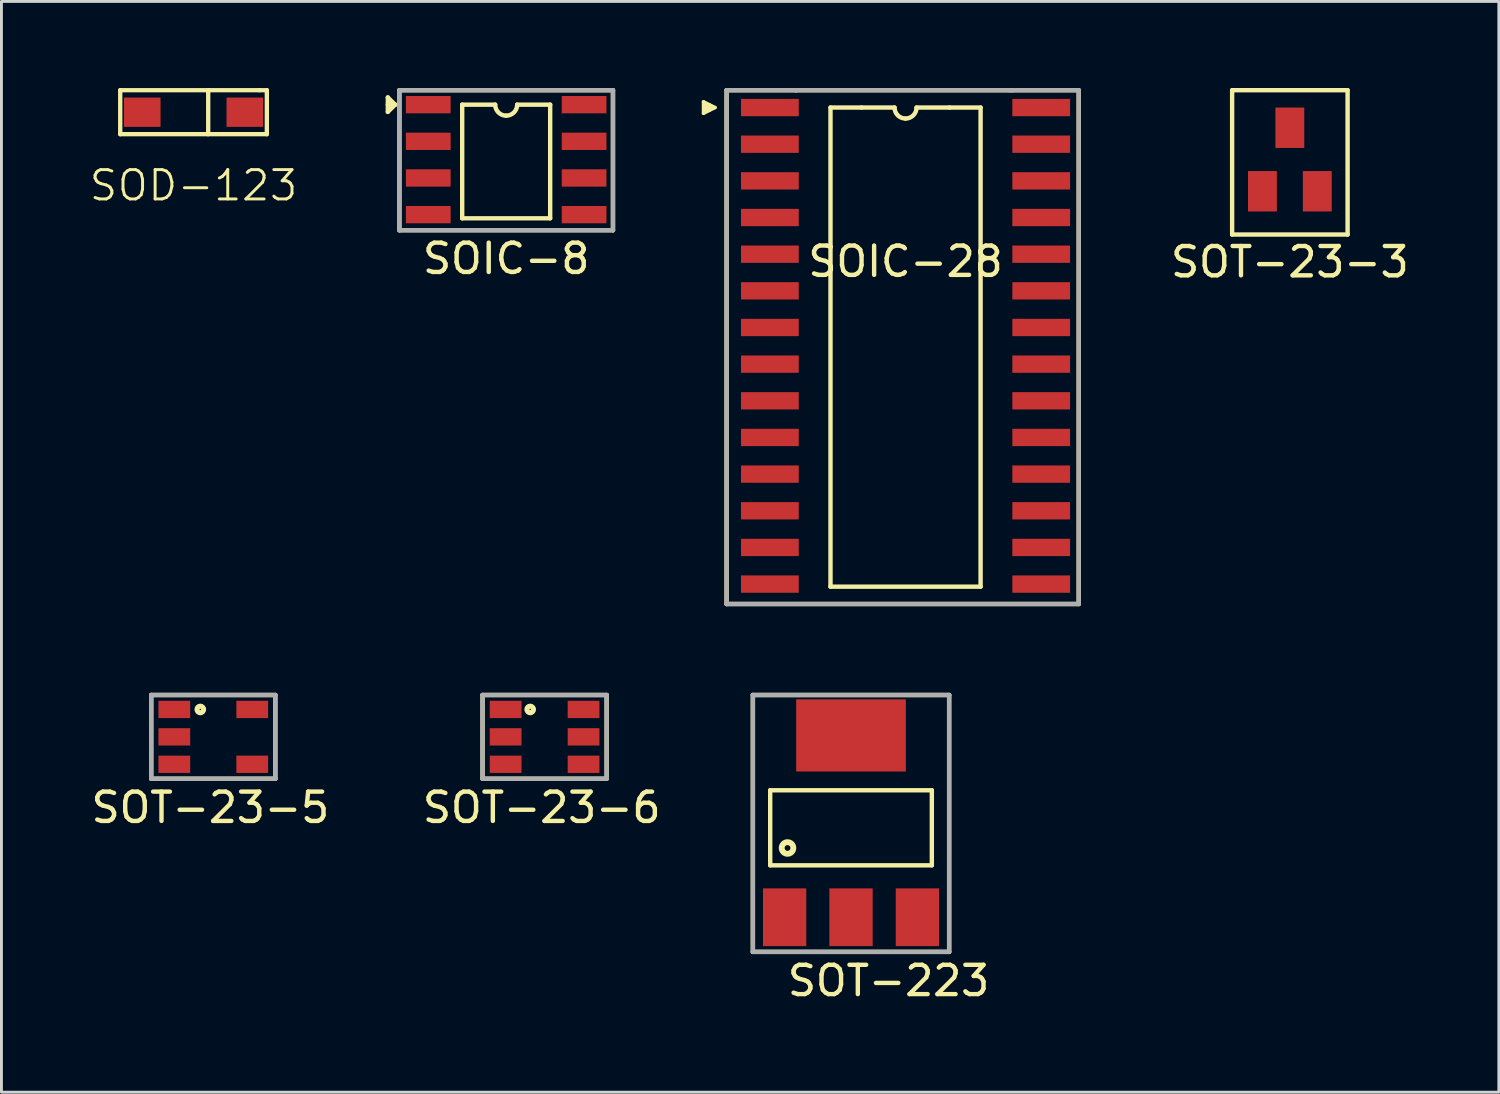
<source format=kicad_pcb>
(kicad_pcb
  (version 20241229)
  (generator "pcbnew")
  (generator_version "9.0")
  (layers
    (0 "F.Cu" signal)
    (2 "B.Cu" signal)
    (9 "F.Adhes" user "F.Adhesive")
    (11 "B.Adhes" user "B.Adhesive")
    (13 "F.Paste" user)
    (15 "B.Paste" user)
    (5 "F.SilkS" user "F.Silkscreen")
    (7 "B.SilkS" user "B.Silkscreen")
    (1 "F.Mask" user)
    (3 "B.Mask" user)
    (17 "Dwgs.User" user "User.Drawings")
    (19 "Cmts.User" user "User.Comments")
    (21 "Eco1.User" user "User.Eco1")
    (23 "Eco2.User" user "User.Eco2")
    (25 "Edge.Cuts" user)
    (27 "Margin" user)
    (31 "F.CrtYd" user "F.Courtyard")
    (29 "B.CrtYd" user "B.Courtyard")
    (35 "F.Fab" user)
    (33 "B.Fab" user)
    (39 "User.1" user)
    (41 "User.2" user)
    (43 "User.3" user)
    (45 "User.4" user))
  (footprint "SOD-123"
    (layer "F.Cu")
    (at 3.655 0.837)
    (property "Reference" "SOD-123" (at 0 2.54 0) (layer "F.SilkS") (effects (font (size 1.016 1.016) (thickness 0.102))))
    (attr smd)
    (fp_line (start -2.54 -0.762) (end -2.54 0.762) (stroke (width 0.15) (type solid)) (layer "F.SilkS"))
    (fp_line (start -2.54 0.762) (end 2.54 0.762) (stroke (width 0.15) (type solid)) (layer "F.SilkS"))
    (fp_line (start 0.508 -0.762) (end 0.508 0.762) (stroke (width 0.15) (type solid)) (layer "F.SilkS"))
    (fp_line (start 2.286 -0.762) (end -2.54 -0.762) (stroke (width 0.15) (type solid)) (layer "F.SilkS"))
    (fp_line (start 2.54 -0.762) (end 2.286 -0.762) (stroke (width 0.15) (type solid)) (layer "F.SilkS"))
    (fp_line (start 2.54 0.762) (end 2.54 -0.762) (stroke (width 0.15) (type solid)) (layer "F.SilkS"))
    (pad "1" smd rect (at -1.778 0) (size 1.27 1.016) (layers "F.Cu" "F.Mask" "F.Paste"))
    (pad "2" smd rect (at 1.778 0) (size 1.27 1.016) (layers "F.Cu" "F.Mask" "F.Paste")))
  (footprint "SOIC-8"
    (layer "F.Cu")
    (at 14.487 0.576)
    (property "Reference" "SOIC-8" (at 0 5.334 0) (layer "F.SilkS") (effects (font (size 1.016 1.016) (thickness 0.152))))
    (attr smd)
    (fp_line (start -4.1 0) (end -3.85 0) (stroke (width 0.152) (type solid)) (layer "F.SilkS"))
    (fp_line (start -4.1 0.25) (end -4.1 -0.25) (stroke (width 0.152) (type solid)) (layer "F.SilkS"))
    (fp_line (start -3.85 0) (end -4.1 -0.25) (stroke (width 0.152) (type solid)) (layer "F.SilkS"))
    (fp_line (start -3.85 0) (end -4.1 0.25) (stroke (width 0.152) (type solid)) (layer "F.SilkS"))
    (fp_line (start -3.7 -0.5) (end 3.7 -0.5) (stroke (width 0.152) (type solid)) (layer "F.SilkS"))
    (fp_line (start -3.7 4.35) (end -3.7 -0.5) (stroke (width 0.152) (type solid)) (layer "F.SilkS"))
    (fp_line (start -1.524 0) (end -1.524 3.937) (stroke (width 0.152) (type solid)) (layer "F.SilkS"))
    (fp_line (start -1.524 3.937) (end 1.524 3.937) (stroke (width 0.152) (type solid)) (layer "F.SilkS"))
    (fp_line (start -0.381 0) (end -1.524 0) (stroke (width 0.152) (type solid)) (layer "F.SilkS"))
    (fp_line (start 0.381 0) (end 1.524 0) (stroke (width 0.152) (type solid)) (layer "F.SilkS"))
    (fp_line (start 1.524 3.937) (end 1.524 0) (stroke (width 0.152) (type solid)) (layer "F.SilkS"))
    (fp_line (start 3.7 -0.5) (end 3.7 4.35) (stroke (width 0.152) (type solid)) (layer "F.SilkS"))
    (fp_line (start 3.7 4.35) (end -3.7 4.35) (stroke (width 0.152) (type solid)) (layer "F.SilkS"))
    (fp_arc (start 0 0.381) (mid -0.269408 0.269408) (end -0.381 0) (stroke (width 0.1524) (type solid)) (layer "F.SilkS"))
    (fp_arc (start 0.381 0) (mid 0.269408 0.269408) (end 0 0.381) (stroke (width 0.1524) (type solid)) (layer "F.SilkS"))
    (fp_line (start -3.7 -0.5) (end 3.7 -0.5) (stroke (width 0.152) (type solid)) (layer "F.Fab"))
    (fp_line (start -3.7 4.35) (end -3.7 -0.5) (stroke (width 0.152) (type solid)) (layer "F.Fab"))
    (fp_line (start 3.7 -0.5) (end 3.7 4.35) (stroke (width 0.152) (type solid)) (layer "F.Fab"))
    (fp_line (start 3.7 4.35) (end -3.7 4.35) (stroke (width 0.152) (type solid)) (layer "F.Fab"))
    (pad "1" smd rect (at -2.7 0) (size 1.55 0.6) (layers "F.Cu" "F.Mask" "F.Paste"))
    (pad "2" smd rect (at -2.7 1.27) (size 1.55 0.6) (layers "F.Cu" "F.Mask" "F.Paste"))
    (pad "3" smd rect (at -2.7 2.54) (size 1.55 0.6) (layers "F.Cu" "F.Mask" "F.Paste"))
    (pad "4" smd rect (at -2.7 3.81) (size 1.55 0.6) (layers "F.Cu" "F.Mask" "F.Paste"))
    (pad "5" smd rect (at 2.7 3.81) (size 1.55 0.6) (layers "F.Cu" "F.Mask" "F.Paste"))
    (pad "6" smd rect (at 2.7 2.54) (size 1.55 0.6) (layers "F.Cu" "F.Mask" "F.Paste"))
    (pad "7" smd rect (at 2.7 1.27) (size 1.55 0.6) (layers "F.Cu" "F.Mask" "F.Paste"))
    (pad "8" smd rect (at 2.7 0) (size 1.55 0.6) (layers "F.Cu" "F.Mask" "F.Paste")))
  (footprint "SOIC-28"
    (layer "F.Cu")
    (at 28.323 0.676)
    (property "Reference" "SOIC-28" (at 0 5.334 0) (layer "F.SilkS") (effects (font (size 1.016 1.016) (thickness 0.152))))
    (attr smd)
    (fp_line (start -7 -0.2) (end -7 0.2) (stroke (width 0.12) (type solid)) (layer "F.SilkS"))
    (fp_line (start -7 0.2) (end -6.6 0) (stroke (width 0.12) (type solid)) (layer "F.SilkS"))
    (fp_line (start -6.9 -0.1) (end -6.9 0.1) (stroke (width 0.12) (type solid)) (layer "F.SilkS"))
    (fp_line (start -6.8 -0.1) (end -6.8 0.1) (stroke (width 0.12) (type solid)) (layer "F.SilkS"))
    (fp_line (start -6.7 0) (end -6.8 0) (stroke (width 0.12) (type solid)) (layer "F.SilkS"))
    (fp_line (start -6.6 0) (end -7 -0.2) (stroke (width 0.12) (type solid)) (layer "F.SilkS"))
    (fp_line (start -6.2 -0.6) (end -6.2 17.2) (stroke (width 0.152) (type solid)) (layer "F.SilkS"))
    (fp_line (start -6.2 17.2) (end 6 17.2) (stroke (width 0.152) (type solid)) (layer "F.SilkS"))
    (fp_line (start -3.8 -0.6) (end -6.2 -0.6) (stroke (width 0.152) (type solid)) (layer "F.SilkS"))
    (fp_line (start -3.8 -0.6) (end 3.7 -0.6) (stroke (width 0.152) (type solid)) (layer "F.SilkS"))
    (fp_line (start -2.6 0) (end -2.6 16.6) (stroke (width 0.152) (type solid)) (layer "F.SilkS"))
    (fp_line (start -1.524 0) (end -2.6 0) (stroke (width 0.152) (type solid)) (layer "F.SilkS"))
    (fp_line (start -0.381 0) (end -1.524 0) (stroke (width 0.152) (type solid)) (layer "F.SilkS"))
    (fp_line (start 0.381 0) (end 1.524 0) (stroke (width 0.152) (type solid)) (layer "F.SilkS"))
    (fp_line (start 1.524 0) (end 2.6 0) (stroke (width 0.152) (type solid)) (layer "F.SilkS"))
    (fp_line (start 2.6 0) (end 2.6 16.6) (stroke (width 0.152) (type solid)) (layer "F.SilkS"))
    (fp_line (start 2.6 16.6) (end -2.6 16.6) (stroke (width 0.152) (type solid)) (layer "F.SilkS"))
    (fp_line (start 6 -0.6) (end 3.7 -0.6) (stroke (width 0.152) (type solid)) (layer "F.SilkS"))
    (fp_line (start 6 17.2) (end 6 -0.6) (stroke (width 0.152) (type solid)) (layer "F.SilkS"))
    (fp_arc (start 0 0.381) (mid -0.269408 0.269408) (end -0.381 0) (stroke (width 0.1524) (type solid)) (layer "F.SilkS"))
    (fp_arc (start 0.381 0) (mid 0.269408 0.269408) (end 0 0.381) (stroke (width 0.1524) (type solid)) (layer "F.SilkS"))
    (fp_line (start -6.2 -0.6) (end -6.2 17.2) (stroke (width 0.152) (type solid)) (layer "F.Fab"))
    (fp_line (start -6.2 17.2) (end 6 17.2) (stroke (width 0.152) (type solid)) (layer "F.Fab"))
    (fp_line (start -3.8 -0.6) (end -6.2 -0.6) (stroke (width 0.152) (type solid)) (layer "F.Fab"))
    (fp_line (start -3.8 -0.6) (end 3.6 -0.6) (stroke (width 0.152) (type solid)) (layer "F.Fab"))
    (fp_line (start 6 -0.6) (end 3.6 -0.6) (stroke (width 0.152) (type solid)) (layer "F.Fab"))
    (fp_line (start 6 17.2) (end 6 -0.6) (stroke (width 0.152) (type solid)) (layer "F.Fab"))
    (pad "1" smd rect (at -4.7 0) (size 2 0.6) (layers "F.Cu" "F.Mask" "F.Paste"))
    (pad "2" smd rect (at -4.7 1.27) (size 2 0.6) (layers "F.Cu" "F.Mask" "F.Paste"))
    (pad "3" smd rect (at -4.7 2.54) (size 2 0.6) (layers "F.Cu" "F.Mask" "F.Paste"))
    (pad "4" smd rect (at -4.7 3.81) (size 2 0.6) (layers "F.Cu" "F.Mask" "F.Paste"))
    (pad "5" smd rect (at -4.7 5.08) (size 2 0.6) (layers "F.Cu" "F.Mask" "F.Paste"))
    (pad "6" smd rect (at -4.7 6.35) (size 2 0.6) (layers "F.Cu" "F.Mask" "F.Paste"))
    (pad "7" smd rect (at -4.7 7.62) (size 2 0.6) (layers "F.Cu" "F.Mask" "F.Paste"))
    (pad "8" smd rect (at -4.7 8.89) (size 2 0.6) (layers "F.Cu" "F.Mask" "F.Paste"))
    (pad "9" smd rect (at -4.7 10.16) (size 2 0.6) (layers "F.Cu" "F.Mask" "F.Paste"))
    (pad "10" smd rect (at -4.7 11.43) (size 2 0.6) (layers "F.Cu" "F.Mask" "F.Paste"))
    (pad "11" smd rect (at -4.7 12.7) (size 2 0.6) (layers "F.Cu" "F.Mask" "F.Paste"))
    (pad "12" smd rect (at -4.7 13.97) (size 2 0.6) (layers "F.Cu" "F.Mask" "F.Paste"))
    (pad "13" smd rect (at -4.7 15.24) (size 2 0.6) (layers "F.Cu" "F.Mask" "F.Paste"))
    (pad "14" smd rect (at -4.7 16.51) (size 2 0.6) (layers "F.Cu" "F.Mask" "F.Paste"))
    (pad "15" smd rect (at 4.7 16.51) (size 2 0.6) (layers "F.Cu" "F.Mask" "F.Paste"))
    (pad "16" smd rect (at 4.7 15.24) (size 2 0.6) (layers "F.Cu" "F.Mask" "F.Paste"))
    (pad "17" smd rect (at 4.7 13.97) (size 2 0.6) (layers "F.Cu" "F.Mask" "F.Paste"))
    (pad "18" smd rect (at 4.7 12.7) (size 2 0.6) (layers "F.Cu" "F.Mask" "F.Paste"))
    (pad "19" smd rect (at 4.7 11.43) (size 2 0.6) (layers "F.Cu" "F.Mask" "F.Paste"))
    (pad "20" smd rect (at 4.7 10.16) (size 2 0.6) (layers "F.Cu" "F.Mask" "F.Paste"))
    (pad "21" smd rect (at 4.7 8.89) (size 2 0.6) (layers "F.Cu" "F.Mask" "F.Paste"))
    (pad "22" smd rect (at 4.7 7.62) (size 2 0.6) (layers "F.Cu" "F.Mask" "F.Paste"))
    (pad "23" smd rect (at 4.7 6.35) (size 2 0.6) (layers "F.Cu" "F.Mask" "F.Paste"))
    (pad "24" smd rect (at 4.7 5.08) (size 2 0.6) (layers "F.Cu" "F.Mask" "F.Paste"))
    (pad "25" smd rect (at 4.7 3.81) (size 2 0.6) (layers "F.Cu" "F.Mask" "F.Paste"))
    (pad "26" smd rect (at 4.7 2.54) (size 2 0.6) (layers "F.Cu" "F.Mask" "F.Paste"))
    (pad "27" smd rect (at 4.7 1.27) (size 2 0.6) (layers "F.Cu" "F.Mask" "F.Paste"))
    (pad "28" smd rect (at 4.7 0) (size 2 0.6) (layers "F.Cu" "F.Mask" "F.Paste")))
  (footprint "SOT-23-3"
    (layer "F.Cu")
    (at 41.638 3.576)
    (property "Reference" "SOT-23-3" (at 0 2.45 0) (layer "F.SilkS") (effects (font (size 1.016 1.016) (thickness 0.152))))
    (attr through_hole)
    (fp_line (start -2 -3.5) (end 2 -3.5) (stroke (width 0.152) (type solid)) (layer "F.SilkS"))
    (fp_line (start -2 1.5) (end -2 -3.5) (stroke (width 0.152) (type solid)) (layer "F.SilkS"))
    (fp_line (start 2 -3.5) (end 2 1.5) (stroke (width 0.152) (type solid)) (layer "F.SilkS"))
    (fp_line (start 2 1.5) (end -2 1.5) (stroke (width 0.152) (type solid)) (layer "F.SilkS"))
    (pad "1" smd rect (at -0.95 0) (size 1 1.4) (layers "F.Cu" "F.Mask" "F.Paste"))
    (pad "2" smd rect (at 0.95 0) (size 1 1.4) (layers "F.Cu" "F.Mask" "F.Paste"))
    (pad "3" smd rect (at 0 -2.2) (size 1 1.4) (layers "F.Cu" "F.Mask" "F.Paste")))
  (footprint "SOT-223"
    (layer "F.Cu")
    (at 26.434 28.729)
    (property "Reference" "SOT-223" (at 1.3 2.2 0) (layer "F.SilkS") (effects (font (size 1.016 1.016) (thickness 0.152))))
    (attr through_hole)
    (fp_line (start -3.4 -7.7) (end 3.4 -7.7) (stroke (width 0.152) (type solid)) (layer "F.SilkS"))
    (fp_line (start -3.4 1.2) (end -3.4 -7.7) (stroke (width 0.152) (type solid)) (layer "F.SilkS"))
    (fp_line (start -2.8 -4.4) (end -2.8 -1.8) (stroke (width 0.152) (type solid)) (layer "F.SilkS"))
    (fp_line (start -2.8 -1.8) (end 2.8 -1.8) (stroke (width 0.152) (type solid)) (layer "F.SilkS"))
    (fp_line (start 2.8 -4.4) (end -2.8 -4.4) (stroke (width 0.152) (type solid)) (layer "F.SilkS"))
    (fp_line (start 2.8 -1.8) (end 2.8 -4.4) (stroke (width 0.152) (type solid)) (layer "F.SilkS"))
    (fp_line (start 3.4 -7.7) (end 3.4 1.2) (stroke (width 0.152) (type solid)) (layer "F.SilkS"))
    (fp_line (start 3.4 1.2) (end -3.4 1.2) (stroke (width 0.152) (type solid)) (layer "F.SilkS"))
    (fp_circle (center -2.2 -2.4) (end -2.2 -2.3) (stroke (width 0.203) (type solid)) (fill no) (layer "F.SilkS"))
    (fp_line (start -3.4 -7.7) (end -3.4 1.2) (stroke (width 0.152) (type solid)) (layer "F.Fab"))
    (fp_line (start -3.4 1.2) (end 3.4 1.2) (stroke (width 0.152) (type solid)) (layer "F.Fab"))
    (fp_line (start 3.4 -7.7) (end -3.4 -7.7) (stroke (width 0.152) (type solid)) (layer "F.Fab"))
    (fp_line (start 3.4 1.2) (end 3.4 -7.7) (stroke (width 0.152) (type solid)) (layer "F.Fab"))
    (pad "1" smd rect (at -2.3 0) (size 1.5 2) (layers "F.Cu" "F.Mask" "F.Paste"))
    (pad "2" smd rect (at 0 0) (size 1.5 2) (layers "F.Cu" "F.Mask" "F.Paste"))
    (pad "3" smd rect (at 2.3 0) (size 1.5 2) (layers "F.Cu" "F.Mask" "F.Paste"))
    (pad "4" smd rect (at 0 -6.3) (size 3.8 2.5) (layers "F.Cu" "F.Mask" "F.Paste")))
  (footprint "SOT-23-5"
    (layer "F.Cu")
    (at 2.989 21.529)
    (property "Reference" "SOT-23-5" (at 1.25 3.4 0) (layer "F.SilkS") (effects (font (size 1.016 1.016) (thickness 0.152))))
    (attr smd)
    (fp_line (start -0.8 -0.5) (end -0.8 2.4) (stroke (width 0.152) (type solid)) (layer "F.SilkS"))
    (fp_line (start -0.8 2.4) (end 3.5 2.4) (stroke (width 0.152) (type solid)) (layer "F.SilkS"))
    (fp_line (start 3.5 -0.5) (end -0.8 -0.5) (stroke (width 0.152) (type solid)) (layer "F.SilkS"))
    (fp_line (start 3.5 2.4) (end 3.5 -0.5) (stroke (width 0.152) (type solid)) (layer "F.SilkS"))
    (fp_circle (center 0.9 0) (end 0.9 0.05) (stroke (width 0.152) (type solid)) (fill no) (layer "F.SilkS"))
    (fp_circle (center 0.9 0) (end 0.9 0.1) (stroke (width 0.152) (type solid)) (fill no) (layer "F.SilkS"))
    (fp_line (start -0.8 -0.5) (end 3.5 -0.5) (stroke (width 0.152) (type solid)) (layer "F.Fab"))
    (fp_line (start -0.8 2.4) (end -0.8 -0.5) (stroke (width 0.152) (type solid)) (layer "F.Fab"))
    (fp_line (start 3.5 -0.5) (end 3.5 2.4) (stroke (width 0.152) (type solid)) (layer "F.Fab"))
    (fp_line (start 3.5 2.4) (end -0.8 2.4) (stroke (width 0.152) (type solid)) (layer "F.Fab"))
    (pad "1" smd rect (at 0 0) (size 1.1 0.6) (layers "F.Cu" "F.Mask" "F.Paste"))
    (pad "2" smd rect (at 0 0.95) (size 1.1 0.6) (layers "F.Cu" "F.Mask" "F.Paste"))
    (pad "3" smd rect (at 0 1.9) (size 1.1 0.6) (layers "F.Cu" "F.Mask" "F.Paste"))
    (pad "4" smd rect (at 2.7 1.9) (size 1.1 0.6) (layers "F.Cu" "F.Mask" "F.Paste"))
    (pad "5" smd rect (at 2.7 0) (size 1.1 0.6) (layers "F.Cu" "F.Mask" "F.Paste")))
  (footprint "SOT-23-6"
    (layer "F.Cu")
    (at 14.468 21.529)
    (property "Reference" "SOT-23-6" (at 1.25 3.4 0) (layer "F.SilkS") (effects (font (size 1.016 1.016) (thickness 0.152))))
    (attr through_hole)
    (fp_line (start -0.8 -0.5) (end -0.8 2.4) (stroke (width 0.152) (type solid)) (layer "F.SilkS"))
    (fp_line (start -0.8 2.4) (end 3.5 2.4) (stroke (width 0.152) (type solid)) (layer "F.SilkS"))
    (fp_line (start 3.5 -0.5) (end -0.8 -0.5) (stroke (width 0.152) (type solid)) (layer "F.SilkS"))
    (fp_line (start 3.5 2.4) (end 3.5 -0.5) (stroke (width 0.152) (type solid)) (layer "F.SilkS"))
    (fp_circle (center 0.85 0) (end 0.85 0.05) (stroke (width 0.152) (type solid)) (fill no) (layer "F.SilkS"))
    (fp_circle (center 0.85 0) (end 0.85 0.1) (stroke (width 0.152) (type solid)) (fill no) (layer "F.SilkS"))
    (fp_line (start -0.8 -0.5) (end 3.5 -0.5) (stroke (width 0.152) (type solid)) (layer "F.Fab"))
    (fp_line (start -0.8 2.4) (end -0.8 -0.5) (stroke (width 0.152) (type solid)) (layer "F.Fab"))
    (fp_line (start 3.5 -0.5) (end 3.5 2.4) (stroke (width 0.152) (type solid)) (layer "F.Fab"))
    (fp_line (start 3.5 2.4) (end -0.8 2.4) (stroke (width 0.152) (type solid)) (layer "F.Fab"))
    (pad "1" smd rect (at 0 0) (size 1.1 0.6) (layers "F.Cu" "F.Mask" "F.Paste"))
    (pad "2" smd rect (at 0 0.95) (size 1.1 0.6) (layers "F.Cu" "F.Mask" "F.Paste"))
    (pad "3" smd rect (at 0 1.9) (size 1.1 0.6) (layers "F.Cu" "F.Mask" "F.Paste"))
    (pad "4" smd rect (at 2.7 1.9) (size 1.1 0.6) (layers "F.Cu" "F.Mask" "F.Paste"))
    (pad "5" smd rect (at 2.7 0.95) (size 1.1 0.6) (layers "F.Cu" "F.Mask" "F.Paste"))
    (pad "6" smd rect (at 2.7 0) (size 1.1 0.6) (layers "F.Cu" "F.Mask" "F.Paste")))
  (gr_rect
    (start -3 -3)
    (end 48.878 34.79)
    (stroke (width 0.1) (type default))
    (fill no)
    (layer "Edge.Cuts")))
</source>
